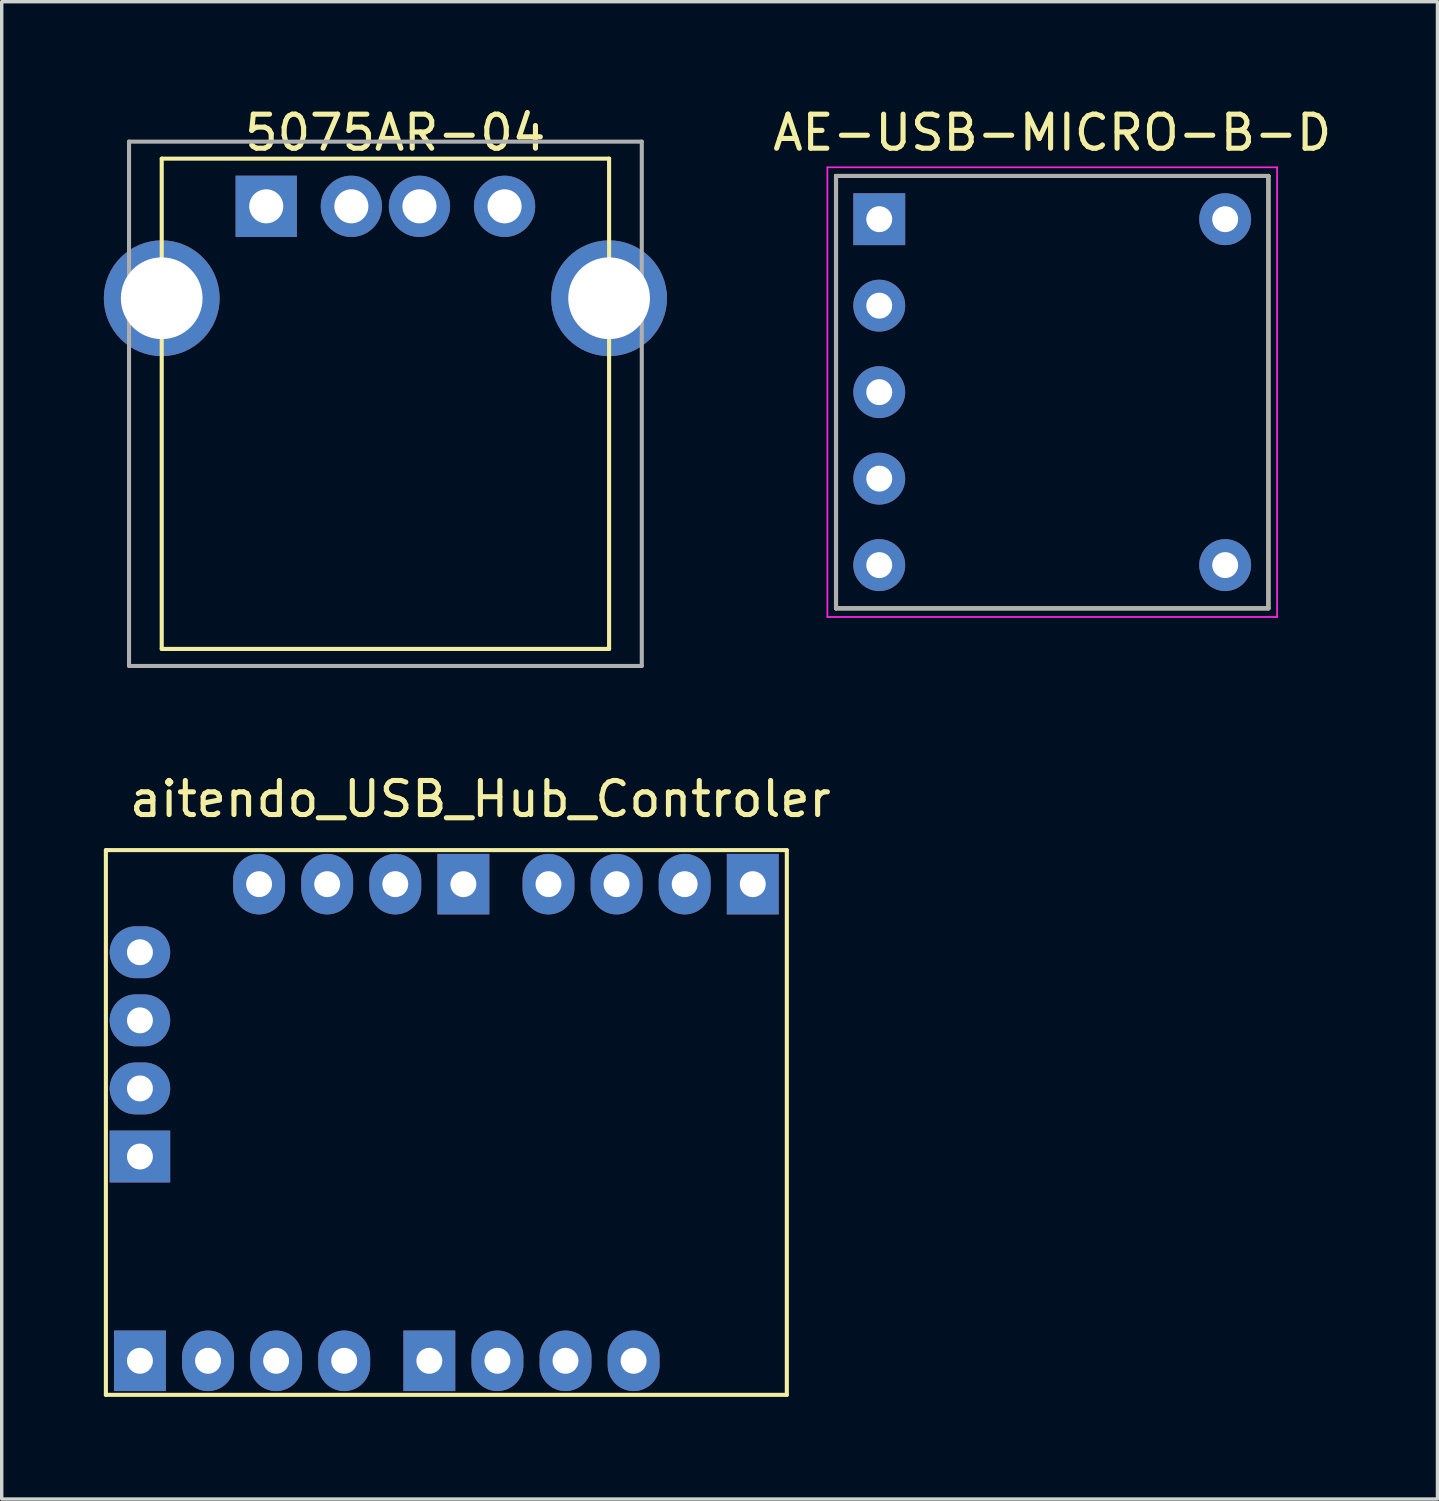
<source format=kicad_pcb>
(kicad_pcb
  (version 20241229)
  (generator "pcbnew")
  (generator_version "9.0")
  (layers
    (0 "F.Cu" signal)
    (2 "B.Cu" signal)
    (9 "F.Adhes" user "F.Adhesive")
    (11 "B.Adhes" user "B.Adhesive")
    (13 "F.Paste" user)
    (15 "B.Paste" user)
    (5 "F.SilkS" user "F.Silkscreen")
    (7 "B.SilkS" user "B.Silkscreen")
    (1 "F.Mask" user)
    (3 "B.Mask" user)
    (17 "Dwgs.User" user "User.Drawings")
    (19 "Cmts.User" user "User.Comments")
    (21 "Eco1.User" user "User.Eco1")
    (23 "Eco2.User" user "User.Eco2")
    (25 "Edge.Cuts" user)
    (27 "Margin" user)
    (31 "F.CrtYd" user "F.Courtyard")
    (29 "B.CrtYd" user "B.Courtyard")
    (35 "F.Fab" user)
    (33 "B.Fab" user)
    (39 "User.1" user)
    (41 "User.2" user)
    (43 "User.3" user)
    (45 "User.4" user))
  (footprint "5075AR-04"
    (layer "F.Cu")
    (at 8.257 9.063)
    (property "Reference" "5075AR-04" (at 0.301 -8.215 0) (layer "F.SilkS") (effects (font (size 1 1) (thickness 0.15))))
    (attr through_hole)
    (fp_line (start -6.557 -7.453) (end -6.557 6.947) (stroke (width 0.12) (type solid)) (layer "F.SilkS"))
    (fp_line (start -6.557 -7.453) (end 6.583 -7.453) (stroke (width 0.12) (type solid)) (layer "F.SilkS"))
    (fp_line (start -6.557 6.947) (end 6.583 6.947) (stroke (width 0.12) (type solid)) (layer "F.SilkS"))
    (fp_line (start 6.583 -7.453) (end 6.583 6.947) (stroke (width 0.12) (type solid)) (layer "F.SilkS"))
    (fp_line (start -7.517 -7.953) (end -7.517 7.447) (stroke (width 0.12) (type solid)) (layer "F.Fab"))
    (fp_line (start -7.517 -7.953) (end 7.543 -7.953) (stroke (width 0.12) (type solid)) (layer "F.Fab"))
    (fp_line (start -7.517 7.447) (end 7.543 7.447) (stroke (width 0.12) (type solid)) (layer "F.Fab"))
    (fp_line (start 7.543 -7.953) (end 7.543 7.447) (stroke (width 0.12) (type solid)) (layer "F.Fab"))
    (pad "1" thru_hole rect (at -3.487 -6.053) (size 1.8 1.8) (drill 1) (layers "*.Cu" "*.Mask"))
    (pad "2" thru_hole circle (at -0.987 -6.053) (size 1.8 1.8) (drill 1) (layers "*.Cu" "*.Mask"))
    (pad "3" thru_hole circle (at 1.013 -6.053) (size 1.8 1.8) (drill 1) (layers "*.Cu" "*.Mask"))
    (pad "4" thru_hole circle (at 3.513 -6.053) (size 1.8 1.8) (drill 1) (layers "*.Cu" "*.Mask"))
    (pad "5" thru_hole circle (at -6.557 -3.353) (size 3.4 3.4) (drill 2.4) (layers "*.Cu" "*.Mask"))
    (pad "5" thru_hole circle (at 6.583 -3.353) (size 3.4 3.4) (drill 2.4) (layers "*.Cu" "*.Mask")))
  (footprint "AE-USB-MICRO-B-D"
    (layer "F.Cu")
    (at 27.855 8.468)
    (property "Reference" "AE-USB-MICRO-B-D" (at 0 -7.62 0) (layer "F.SilkS") (effects (font (size 1 1) (thickness 0.15))))
    (attr through_hole)
    (fp_line (start -6.35 -6.35) (end 6.35 -6.35) (stroke (width 0.12) (type solid)) (layer "F.SilkS"))
    (fp_line (start -6.35 6.35) (end -6.35 -6.35) (stroke (width 0.12) (type solid)) (layer "F.SilkS"))
    (fp_line (start 6.35 -6.35) (end 6.35 6.35) (stroke (width 0.12) (type solid)) (layer "F.SilkS"))
    (fp_line (start 6.35 6.35) (end -6.35 6.35) (stroke (width 0.12) (type solid)) (layer "F.SilkS"))
    (fp_line (start -6.604 -6.604) (end 6.604 -6.604) (stroke (width 0.05) (type solid)) (layer "F.CrtYd"))
    (fp_line (start -6.604 6.604) (end -6.604 -6.604) (stroke (width 0.05) (type solid)) (layer "F.CrtYd"))
    (fp_line (start 6.604 -6.604) (end 6.604 6.604) (stroke (width 0.05) (type solid)) (layer "F.CrtYd"))
    (fp_line (start 6.604 6.604) (end -6.604 6.604) (stroke (width 0.05) (type solid)) (layer "F.CrtYd"))
    (fp_line (start -6.35 -6.35) (end -6.35 6.35) (stroke (width 0.12) (type solid)) (layer "F.Fab"))
    (fp_line (start -6.35 6.35) (end 6.35 6.35) (stroke (width 0.12) (type solid)) (layer "F.Fab"))
    (fp_line (start 6.35 -6.35) (end -6.35 -6.35) (stroke (width 0.12) (type solid)) (layer "F.Fab"))
    (fp_line (start 6.35 6.35) (end 6.35 -6.35) (stroke (width 0.12) (type solid)) (layer "F.Fab"))
    (pad "" thru_hole circle (at 5.08 -5.08) (size 1.524 1.524) (drill 0.762) (layers "*.Cu" "*.Mask"))
    (pad "" thru_hole circle (at 5.08 5.08) (size 1.524 1.524) (drill 0.762) (layers "*.Cu" "*.Mask"))
    (pad "1" thru_hole rect (at -5.08 -5.08) (size 1.524 1.524) (drill 0.762) (layers "*.Cu" "*.Mask"))
    (pad "2" thru_hole circle (at -5.08 -2.54) (size 1.524 1.524) (drill 0.762) (layers "*.Cu" "*.Mask"))
    (pad "3" thru_hole circle (at -5.08 0) (size 1.524 1.524) (drill 0.762) (layers "*.Cu" "*.Mask"))
    (pad "4" thru_hole circle (at -5.08 2.54) (size 1.524 1.524) (drill 0.762) (layers "*.Cu" "*.Mask"))
    (pad "5" thru_hole circle (at -5.08 5.08) (size 1.524 1.524) (drill 0.762) (layers "*.Cu" "*.Mask")))
  (footprint "aitendo_USB_Hub_Controler"
    (layer "F.Cu")
    (at 11.06 19.919)
    (property "Reference" "aitendo_USB_Hub_Controler" (at 0 0.5 0) (layer "F.SilkS") (effects (font (size 1 1) (thickness 0.15))))
    (attr through_hole)
    (fp_line (start -11 2) (end -11 18) (stroke (width 0.12) (type solid)) (layer "F.SilkS"))
    (fp_line (start -11 18) (end 9 18) (stroke (width 0.12) (type solid)) (layer "F.SilkS"))
    (fp_line (start 9 2) (end -11 2) (stroke (width 0.12) (type solid)) (layer "F.SilkS"))
    (fp_line (start 9 18) (end 9 2) (stroke (width 0.12) (type solid)) (layer "F.SilkS"))
    (pad "1" thru_hole oval (at -10 5) (size 1.778 1.524) (drill 0.762) (layers "*.Cu" "*.Mask"))
    (pad "2" thru_hole oval (at -10 7) (size 1.778 1.524) (drill 0.762) (layers "*.Cu" "*.Mask"))
    (pad "3" thru_hole oval (at -10 9) (size 1.778 1.524) (drill 0.762) (layers "*.Cu" "*.Mask"))
    (pad "4" thru_hole rect (at -10 11) (size 1.778 1.524) (drill 0.762) (layers "*.Cu" "*.Mask"))
    (pad "5" thru_hole rect (at -10 17) (size 1.524 1.778) (drill 0.762) (layers "*.Cu" "*.Mask"))
    (pad "6" thru_hole oval (at -8 17 90) (size 1.778 1.524) (drill 0.762) (layers "*.Cu" "*.Mask"))
    (pad "7" thru_hole oval (at -6 17 90) (size 1.778 1.524) (drill 0.762) (layers "*.Cu" "*.Mask"))
    (pad "8" thru_hole oval (at -4 17 90) (size 1.778 1.524) (drill 0.762) (layers "*.Cu" "*.Mask"))
    (pad "9" thru_hole rect (at -1.5 17 90) (size 1.778 1.524) (drill 0.762) (layers "*.Cu" "*.Mask"))
    (pad "10" thru_hole oval (at 0.5 17 90) (size 1.778 1.524) (drill 0.762) (layers "*.Cu" "*.Mask"))
    (pad "11" thru_hole oval (at 2.5 17 90) (size 1.778 1.524) (drill 0.762) (layers "*.Cu" "*.Mask"))
    (pad "12" thru_hole oval (at 4.5 17 90) (size 1.778 1.524) (drill 0.762) (layers "*.Cu" "*.Mask"))
    (pad "13" thru_hole rect (at 8 3 90) (size 1.778 1.524) (drill 0.762) (layers "*.Cu" "*.Mask"))
    (pad "14" thru_hole oval (at 6 3 90) (size 1.778 1.524) (drill 0.762) (layers "*.Cu" "*.Mask"))
    (pad "15" thru_hole oval (at 4 3 90) (size 1.778 1.524) (drill 0.762) (layers "*.Cu" "*.Mask"))
    (pad "16" thru_hole oval (at 2 3 90) (size 1.778 1.524) (drill 0.762) (layers "*.Cu" "*.Mask"))
    (pad "17" thru_hole rect (at -0.5 3 90) (size 1.778 1.524) (drill 0.762) (layers "*.Cu" "*.Mask"))
    (pad "18" thru_hole oval (at -2.5 3 90) (size 1.778 1.524) (drill 0.762) (layers "*.Cu" "*.Mask"))
    (pad "19" thru_hole oval (at -4.5 3 90) (size 1.778 1.524) (drill 0.762) (layers "*.Cu" "*.Mask"))
    (pad "20" thru_hole oval (at -6.5 3 90) (size 1.778 1.524) (drill 0.762) (layers "*.Cu" "*.Mask")))
  (gr_rect
    (start -3 -3)
    (end 39.171 40.978)
    (stroke (width 0.1) (type default))
    (fill no)
    (layer "Edge.Cuts")))
</source>
